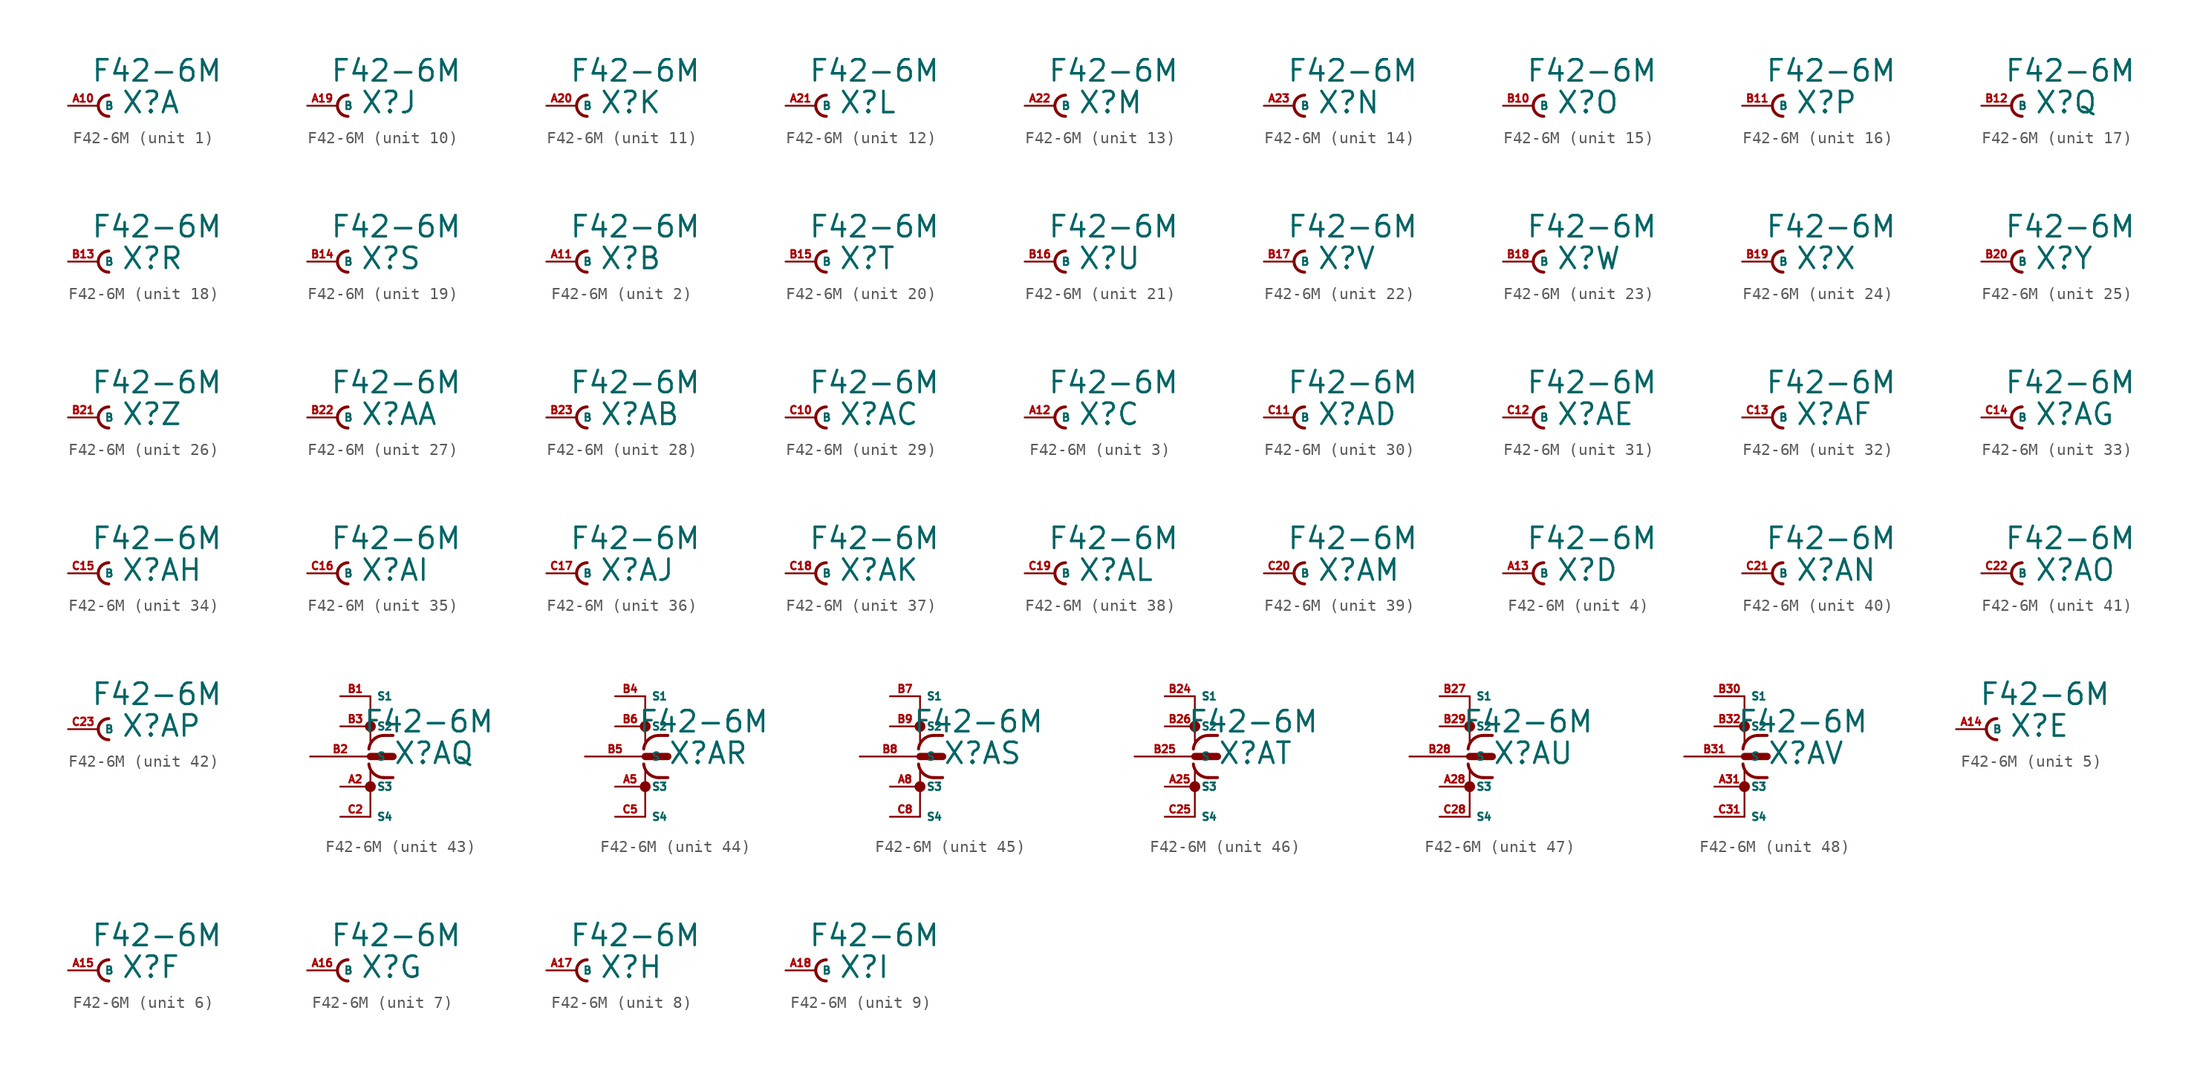
<source format=kicad_sym>
(kicad_symbol_lib
  (version 20220914)
  (generator Eagle2Kicad)
  (symbol "F42-6M"
    (property "Reference" "X"
      (at 1.905 -0.762 0)
      (effects (font (size 1.778 1.778) (thickness 0.22)) (justify left bottom)))
    (property "Value" "F42-6M"
      (at -0.635 1.905 0)
      (effects (font (size 1.778 1.778) (thickness 0.22)) (justify left bottom)))
    (symbol "F42-6M_1_0"
      (arc (start 0.889 0.889) (mid 0.000 0.000) (end 0.889 -0.889) (stroke (width 0.254) (type default)) (fill (type none)))
      (pin passive line (at -2.54 0 0) (length 2.54) (name "B" (effects (font (size 0.635 0.635) (thickness 0.08)) (justify left bottom))) (number "A10" (effects (font (size 0.635 0.635) (thickness 0.08)) (justify left bottom)))))
    (symbol "F42-6M_2_0"
      (arc (start 0.889 0.889) (mid 0.000 0.000) (end 0.889 -0.889) (stroke (width 0.254) (type default)) (fill (type none)))
      (pin passive line (at -2.54 0 0) (length 2.54) (name "B" (effects (font (size 0.635 0.635) (thickness 0.08)) (justify left bottom))) (number "A11" (effects (font (size 0.635 0.635) (thickness 0.08)) (justify left bottom)))))
    (symbol "F42-6M_3_0"
      (arc (start 0.889 0.889) (mid 0.000 0.000) (end 0.889 -0.889) (stroke (width 0.254) (type default)) (fill (type none)))
      (pin passive line (at -2.54 0 0) (length 2.54) (name "B" (effects (font (size 0.635 0.635) (thickness 0.08)) (justify left bottom))) (number "A12" (effects (font (size 0.635 0.635) (thickness 0.08)) (justify left bottom)))))
    (symbol "F42-6M_4_0"
      (arc (start 0.889 0.889) (mid 0.000 0.000) (end 0.889 -0.889) (stroke (width 0.254) (type default)) (fill (type none)))
      (pin passive line (at -2.54 0 0) (length 2.54) (name "B" (effects (font (size 0.635 0.635) (thickness 0.08)) (justify left bottom))) (number "A13" (effects (font (size 0.635 0.635) (thickness 0.08)) (justify left bottom)))))
    (symbol "F42-6M_5_0"
      (arc (start 0.889 0.889) (mid 0.000 0.000) (end 0.889 -0.889) (stroke (width 0.254) (type default)) (fill (type none)))
      (pin passive line (at -2.54 0 0) (length 2.54) (name "B" (effects (font (size 0.635 0.635) (thickness 0.08)) (justify left bottom))) (number "A14" (effects (font (size 0.635 0.635) (thickness 0.08)) (justify left bottom)))))
    (symbol "F42-6M_6_0"
      (arc (start 0.889 0.889) (mid 0.000 0.000) (end 0.889 -0.889) (stroke (width 0.254) (type default)) (fill (type none)))
      (pin passive line (at -2.54 0 0) (length 2.54) (name "B" (effects (font (size 0.635 0.635) (thickness 0.08)) (justify left bottom))) (number "A15" (effects (font (size 0.635 0.635) (thickness 0.08)) (justify left bottom)))))
    (symbol "F42-6M_7_0"
      (arc (start 0.889 0.889) (mid 0.000 0.000) (end 0.889 -0.889) (stroke (width 0.254) (type default)) (fill (type none)))
      (pin passive line (at -2.54 0 0) (length 2.54) (name "B" (effects (font (size 0.635 0.635) (thickness 0.08)) (justify left bottom))) (number "A16" (effects (font (size 0.635 0.635) (thickness 0.08)) (justify left bottom)))))
    (symbol "F42-6M_8_0"
      (arc (start 0.889 0.889) (mid 0.000 0.000) (end 0.889 -0.889) (stroke (width 0.254) (type default)) (fill (type none)))
      (pin passive line (at -2.54 0 0) (length 2.54) (name "B" (effects (font (size 0.635 0.635) (thickness 0.08)) (justify left bottom))) (number "A17" (effects (font (size 0.635 0.635) (thickness 0.08)) (justify left bottom)))))
    (symbol "F42-6M_9_0"
      (arc (start 0.889 0.889) (mid 0.000 0.000) (end 0.889 -0.889) (stroke (width 0.254) (type default)) (fill (type none)))
      (pin passive line (at -2.54 0 0) (length 2.54) (name "B" (effects (font (size 0.635 0.635) (thickness 0.08)) (justify left bottom))) (number "A18" (effects (font (size 0.635 0.635) (thickness 0.08)) (justify left bottom)))))
    (symbol "F42-6M_10_0"
      (arc (start 0.889 0.889) (mid 0.000 0.000) (end 0.889 -0.889) (stroke (width 0.254) (type default)) (fill (type none)))
      (pin passive line (at -2.54 0 0) (length 2.54) (name "B" (effects (font (size 0.635 0.635) (thickness 0.08)) (justify left bottom))) (number "A19" (effects (font (size 0.635 0.635) (thickness 0.08)) (justify left bottom)))))
    (symbol "F42-6M_11_0"
      (arc (start 0.889 0.889) (mid 0.000 0.000) (end 0.889 -0.889) (stroke (width 0.254) (type default)) (fill (type none)))
      (pin passive line (at -2.54 0 0) (length 2.54) (name "B" (effects (font (size 0.635 0.635) (thickness 0.08)) (justify left bottom))) (number "A20" (effects (font (size 0.635 0.635) (thickness 0.08)) (justify left bottom)))))
    (symbol "F42-6M_12_0"
      (arc (start 0.889 0.889) (mid 0.000 0.000) (end 0.889 -0.889) (stroke (width 0.254) (type default)) (fill (type none)))
      (pin passive line (at -2.54 0 0) (length 2.54) (name "B" (effects (font (size 0.635 0.635) (thickness 0.08)) (justify left bottom))) (number "A21" (effects (font (size 0.635 0.635) (thickness 0.08)) (justify left bottom)))))
    (symbol "F42-6M_13_0"
      (arc (start 0.889 0.889) (mid 0.000 0.000) (end 0.889 -0.889) (stroke (width 0.254) (type default)) (fill (type none)))
      (pin passive line (at -2.54 0 0) (length 2.54) (name "B" (effects (font (size 0.635 0.635) (thickness 0.08)) (justify left bottom))) (number "A22" (effects (font (size 0.635 0.635) (thickness 0.08)) (justify left bottom)))))
    (symbol "F42-6M_14_0"
      (arc (start 0.889 0.889) (mid 0.000 0.000) (end 0.889 -0.889) (stroke (width 0.254) (type default)) (fill (type none)))
      (pin passive line (at -2.54 0 0) (length 2.54) (name "B" (effects (font (size 0.635 0.635) (thickness 0.08)) (justify left bottom))) (number "A23" (effects (font (size 0.635 0.635) (thickness 0.08)) (justify left bottom)))))
    (symbol "F42-6M_15_0"
      (arc (start 0.889 0.889) (mid 0.000 0.000) (end 0.889 -0.889) (stroke (width 0.254) (type default)) (fill (type none)))
      (pin passive line (at -2.54 0 0) (length 2.54) (name "B" (effects (font (size 0.635 0.635) (thickness 0.08)) (justify left bottom))) (number "B10" (effects (font (size 0.635 0.635) (thickness 0.08)) (justify left bottom)))))
    (symbol "F42-6M_16_0"
      (arc (start 0.889 0.889) (mid 0.000 0.000) (end 0.889 -0.889) (stroke (width 0.254) (type default)) (fill (type none)))
      (pin passive line (at -2.54 0 0) (length 2.54) (name "B" (effects (font (size 0.635 0.635) (thickness 0.08)) (justify left bottom))) (number "B11" (effects (font (size 0.635 0.635) (thickness 0.08)) (justify left bottom)))))
    (symbol "F42-6M_17_0"
      (arc (start 0.889 0.889) (mid 0.000 0.000) (end 0.889 -0.889) (stroke (width 0.254) (type default)) (fill (type none)))
      (pin passive line (at -2.54 0 0) (length 2.54) (name "B" (effects (font (size 0.635 0.635) (thickness 0.08)) (justify left bottom))) (number "B12" (effects (font (size 0.635 0.635) (thickness 0.08)) (justify left bottom)))))
    (symbol "F42-6M_18_0"
      (arc (start 0.889 0.889) (mid 0.000 0.000) (end 0.889 -0.889) (stroke (width 0.254) (type default)) (fill (type none)))
      (pin passive line (at -2.54 0 0) (length 2.54) (name "B" (effects (font (size 0.635 0.635) (thickness 0.08)) (justify left bottom))) (number "B13" (effects (font (size 0.635 0.635) (thickness 0.08)) (justify left bottom)))))
    (symbol "F42-6M_19_0"
      (arc (start 0.889 0.889) (mid 0.000 0.000) (end 0.889 -0.889) (stroke (width 0.254) (type default)) (fill (type none)))
      (pin passive line (at -2.54 0 0) (length 2.54) (name "B" (effects (font (size 0.635 0.635) (thickness 0.08)) (justify left bottom))) (number "B14" (effects (font (size 0.635 0.635) (thickness 0.08)) (justify left bottom)))))
    (symbol "F42-6M_20_0"
      (arc (start 0.889 0.889) (mid 0.000 0.000) (end 0.889 -0.889) (stroke (width 0.254) (type default)) (fill (type none)))
      (pin passive line (at -2.54 0 0) (length 2.54) (name "B" (effects (font (size 0.635 0.635) (thickness 0.08)) (justify left bottom))) (number "B15" (effects (font (size 0.635 0.635) (thickness 0.08)) (justify left bottom)))))
    (symbol "F42-6M_21_0"
      (arc (start 0.889 0.889) (mid 0.000 0.000) (end 0.889 -0.889) (stroke (width 0.254) (type default)) (fill (type none)))
      (pin passive line (at -2.54 0 0) (length 2.54) (name "B" (effects (font (size 0.635 0.635) (thickness 0.08)) (justify left bottom))) (number "B16" (effects (font (size 0.635 0.635) (thickness 0.08)) (justify left bottom)))))
    (symbol "F42-6M_22_0"
      (arc (start 0.889 0.889) (mid 0.000 0.000) (end 0.889 -0.889) (stroke (width 0.254) (type default)) (fill (type none)))
      (pin passive line (at -2.54 0 0) (length 2.54) (name "B" (effects (font (size 0.635 0.635) (thickness 0.08)) (justify left bottom))) (number "B17" (effects (font (size 0.635 0.635) (thickness 0.08)) (justify left bottom)))))
    (symbol "F42-6M_23_0"
      (arc (start 0.889 0.889) (mid 0.000 0.000) (end 0.889 -0.889) (stroke (width 0.254) (type default)) (fill (type none)))
      (pin passive line (at -2.54 0 0) (length 2.54) (name "B" (effects (font (size 0.635 0.635) (thickness 0.08)) (justify left bottom))) (number "B18" (effects (font (size 0.635 0.635) (thickness 0.08)) (justify left bottom)))))
    (symbol "F42-6M_24_0"
      (arc (start 0.889 0.889) (mid 0.000 0.000) (end 0.889 -0.889) (stroke (width 0.254) (type default)) (fill (type none)))
      (pin passive line (at -2.54 0 0) (length 2.54) (name "B" (effects (font (size 0.635 0.635) (thickness 0.08)) (justify left bottom))) (number "B19" (effects (font (size 0.635 0.635) (thickness 0.08)) (justify left bottom)))))
    (symbol "F42-6M_25_0"
      (arc (start 0.889 0.889) (mid 0.000 0.000) (end 0.889 -0.889) (stroke (width 0.254) (type default)) (fill (type none)))
      (pin passive line (at -2.54 0 0) (length 2.54) (name "B" (effects (font (size 0.635 0.635) (thickness 0.08)) (justify left bottom))) (number "B20" (effects (font (size 0.635 0.635) (thickness 0.08)) (justify left bottom)))))
    (symbol "F42-6M_26_0"
      (arc (start 0.889 0.889) (mid 0.000 0.000) (end 0.889 -0.889) (stroke (width 0.254) (type default)) (fill (type none)))
      (pin passive line (at -2.54 0 0) (length 2.54) (name "B" (effects (font (size 0.635 0.635) (thickness 0.08)) (justify left bottom))) (number "B21" (effects (font (size 0.635 0.635) (thickness 0.08)) (justify left bottom)))))
    (symbol "F42-6M_27_0"
      (arc (start 0.889 0.889) (mid 0.000 0.000) (end 0.889 -0.889) (stroke (width 0.254) (type default)) (fill (type none)))
      (pin passive line (at -2.54 0 0) (length 2.54) (name "B" (effects (font (size 0.635 0.635) (thickness 0.08)) (justify left bottom))) (number "B22" (effects (font (size 0.635 0.635) (thickness 0.08)) (justify left bottom)))))
    (symbol "F42-6M_28_0"
      (arc (start 0.889 0.889) (mid 0.000 0.000) (end 0.889 -0.889) (stroke (width 0.254) (type default)) (fill (type none)))
      (pin passive line (at -2.54 0 0) (length 2.54) (name "B" (effects (font (size 0.635 0.635) (thickness 0.08)) (justify left bottom))) (number "B23" (effects (font (size 0.635 0.635) (thickness 0.08)) (justify left bottom)))))
    (symbol "F42-6M_29_0"
      (arc (start 0.889 0.889) (mid 0.000 0.000) (end 0.889 -0.889) (stroke (width 0.254) (type default)) (fill (type none)))
      (pin passive line (at -2.54 0 0) (length 2.54) (name "B" (effects (font (size 0.635 0.635) (thickness 0.08)) (justify left bottom))) (number "C10" (effects (font (size 0.635 0.635) (thickness 0.08)) (justify left bottom)))))
    (symbol "F42-6M_30_0"
      (arc (start 0.889 0.889) (mid 0.000 0.000) (end 0.889 -0.889) (stroke (width 0.254) (type default)) (fill (type none)))
      (pin passive line (at -2.54 0 0) (length 2.54) (name "B" (effects (font (size 0.635 0.635) (thickness 0.08)) (justify left bottom))) (number "C11" (effects (font (size 0.635 0.635) (thickness 0.08)) (justify left bottom)))))
    (symbol "F42-6M_31_0"
      (arc (start 0.889 0.889) (mid 0.000 0.000) (end 0.889 -0.889) (stroke (width 0.254) (type default)) (fill (type none)))
      (pin passive line (at -2.54 0 0) (length 2.54) (name "B" (effects (font (size 0.635 0.635) (thickness 0.08)) (justify left bottom))) (number "C12" (effects (font (size 0.635 0.635) (thickness 0.08)) (justify left bottom)))))
    (symbol "F42-6M_32_0"
      (arc (start 0.889 0.889) (mid 0.000 0.000) (end 0.889 -0.889) (stroke (width 0.254) (type default)) (fill (type none)))
      (pin passive line (at -2.54 0 0) (length 2.54) (name "B" (effects (font (size 0.635 0.635) (thickness 0.08)) (justify left bottom))) (number "C13" (effects (font (size 0.635 0.635) (thickness 0.08)) (justify left bottom)))))
    (symbol "F42-6M_33_0"
      (arc (start 0.889 0.889) (mid 0.000 0.000) (end 0.889 -0.889) (stroke (width 0.254) (type default)) (fill (type none)))
      (pin passive line (at -2.54 0 0) (length 2.54) (name "B" (effects (font (size 0.635 0.635) (thickness 0.08)) (justify left bottom))) (number "C14" (effects (font (size 0.635 0.635) (thickness 0.08)) (justify left bottom)))))
    (symbol "F42-6M_34_0"
      (arc (start 0.889 0.889) (mid 0.000 0.000) (end 0.889 -0.889) (stroke (width 0.254) (type default)) (fill (type none)))
      (pin passive line (at -2.54 0 0) (length 2.54) (name "B" (effects (font (size 0.635 0.635) (thickness 0.08)) (justify left bottom))) (number "C15" (effects (font (size 0.635 0.635) (thickness 0.08)) (justify left bottom)))))
    (symbol "F42-6M_35_0"
      (arc (start 0.889 0.889) (mid 0.000 0.000) (end 0.889 -0.889) (stroke (width 0.254) (type default)) (fill (type none)))
      (pin passive line (at -2.54 0 0) (length 2.54) (name "B" (effects (font (size 0.635 0.635) (thickness 0.08)) (justify left bottom))) (number "C16" (effects (font (size 0.635 0.635) (thickness 0.08)) (justify left bottom)))))
    (symbol "F42-6M_36_0"
      (arc (start 0.889 0.889) (mid 0.000 0.000) (end 0.889 -0.889) (stroke (width 0.254) (type default)) (fill (type none)))
      (pin passive line (at -2.54 0 0) (length 2.54) (name "B" (effects (font (size 0.635 0.635) (thickness 0.08)) (justify left bottom))) (number "C17" (effects (font (size 0.635 0.635) (thickness 0.08)) (justify left bottom)))))
    (symbol "F42-6M_37_0"
      (arc (start 0.889 0.889) (mid 0.000 0.000) (end 0.889 -0.889) (stroke (width 0.254) (type default)) (fill (type none)))
      (pin passive line (at -2.54 0 0) (length 2.54) (name "B" (effects (font (size 0.635 0.635) (thickness 0.08)) (justify left bottom))) (number "C18" (effects (font (size 0.635 0.635) (thickness 0.08)) (justify left bottom)))))
    (symbol "F42-6M_38_0"
      (arc (start 0.889 0.889) (mid 0.000 0.000) (end 0.889 -0.889) (stroke (width 0.254) (type default)) (fill (type none)))
      (pin passive line (at -2.54 0 0) (length 2.54) (name "B" (effects (font (size 0.635 0.635) (thickness 0.08)) (justify left bottom))) (number "C19" (effects (font (size 0.635 0.635) (thickness 0.08)) (justify left bottom)))))
    (symbol "F42-6M_39_0"
      (arc (start 0.889 0.889) (mid 0.000 0.000) (end 0.889 -0.889) (stroke (width 0.254) (type default)) (fill (type none)))
      (pin passive line (at -2.54 0 0) (length 2.54) (name "B" (effects (font (size 0.635 0.635) (thickness 0.08)) (justify left bottom))) (number "C20" (effects (font (size 0.635 0.635) (thickness 0.08)) (justify left bottom)))))
    (symbol "F42-6M_40_0"
      (arc (start 0.889 0.889) (mid 0.000 0.000) (end 0.889 -0.889) (stroke (width 0.254) (type default)) (fill (type none)))
      (pin passive line (at -2.54 0 0) (length 2.54) (name "B" (effects (font (size 0.635 0.635) (thickness 0.08)) (justify left bottom))) (number "C21" (effects (font (size 0.635 0.635) (thickness 0.08)) (justify left bottom)))))
    (symbol "F42-6M_41_0"
      (arc (start 0.889 0.889) (mid 0.000 0.000) (end 0.889 -0.889) (stroke (width 0.254) (type default)) (fill (type none)))
      (pin passive line (at -2.54 0 0) (length 2.54) (name "B" (effects (font (size 0.635 0.635) (thickness 0.08)) (justify left bottom))) (number "C22" (effects (font (size 0.635 0.635) (thickness 0.08)) (justify left bottom)))))
    (symbol "F42-6M_42_0"
      (arc (start 0.889 0.889) (mid 0.000 0.000) (end 0.889 -0.889) (stroke (width 0.254) (type default)) (fill (type none)))
      (pin passive line (at -2.54 0 0) (length 2.54) (name "B" (effects (font (size 0.635 0.635) (thickness 0.08)) (justify left bottom))) (number "C23" (effects (font (size 0.635 0.635) (thickness 0.08)) (justify left bottom)))))
    (symbol "F42-6M_43_0"
      (polyline (pts (xy 0 0) (xy 1.905 0)) (stroke (width 0.61) (type default)) (fill (type none)))
      (polyline (pts (xy 0 5.08) (xy 0 1.27)) (stroke (width 0.152) (type default)) (fill (type none)))
      (polyline (pts (xy 0 -5.08) (xy 0 -1.27)) (stroke (width 0.152) (type default)) (fill (type none)))
      (polyline (pts (xy 1.905 1.778) (xy 1.143 1.778)) (stroke (width 0.254) (type default)) (fill (type none)))
      (polyline (pts (xy 1.905 -1.778) (xy 1.143 -1.778)) (stroke (width 0.254) (type default)) (fill (type none)))
      (arc (start 1.143 1.778) (mid 0.287 1.452) (end -0.127 0.635) (stroke (width 0.254) (type default)) (fill (type none)))
      (arc (start -0.127 -0.635) (mid 0.287 -1.452) (end 1.143 -1.778) (stroke (width 0.254) (type default)) (fill (type none)))
      (circle (center 0 2.54) (radius 0.254) (stroke (width 0.406) (type default)) (fill (type none)))
      (circle (center 0 -2.54) (radius 0.254) (stroke (width 0.406) (type default)) (fill (type none)))
      (pin passive line (at -5.08 0 0) (length 5.08) (name "S" (effects (font (size 0.635 0.635) (thickness 0.08)) (justify left bottom))) (number "B2" (effects (font (size 0.635 0.635) (thickness 0.08)) (justify left bottom))))
      (pin passive line (at -2.54 5.08 0) (length 2.54) (name "S1" (effects (font (size 0.635 0.635) (thickness 0.08)) (justify left bottom))) (number "B1" (effects (font (size 0.635 0.635) (thickness 0.08)) (justify left bottom))))
      (pin passive line (at -2.54 2.54 0) (length 2.54) (name "S2" (effects (font (size 0.635 0.635) (thickness 0.08)) (justify left bottom))) (number "B3" (effects (font (size 0.635 0.635) (thickness 0.08)) (justify left bottom))))
      (pin passive line (at -2.54 -2.54 0) (length 2.54) (name "S3" (effects (font (size 0.635 0.635) (thickness 0.08)) (justify left bottom))) (number "A2" (effects (font (size 0.635 0.635) (thickness 0.08)) (justify left bottom))))
      (pin passive line (at -2.54 -5.08 0) (length 2.54) (name "S4" (effects (font (size 0.635 0.635) (thickness 0.08)) (justify left bottom))) (number "C2" (effects (font (size 0.635 0.635) (thickness 0.08)) (justify left bottom)))))
    (symbol "F42-6M_44_0"
      (polyline (pts (xy 0 0) (xy 1.905 0)) (stroke (width 0.61) (type default)) (fill (type none)))
      (polyline (pts (xy 0 5.08) (xy 0 1.27)) (stroke (width 0.152) (type default)) (fill (type none)))
      (polyline (pts (xy 0 -5.08) (xy 0 -1.27)) (stroke (width 0.152) (type default)) (fill (type none)))
      (polyline (pts (xy 1.905 1.778) (xy 1.143 1.778)) (stroke (width 0.254) (type default)) (fill (type none)))
      (polyline (pts (xy 1.905 -1.778) (xy 1.143 -1.778)) (stroke (width 0.254) (type default)) (fill (type none)))
      (arc (start 1.143 1.778) (mid 0.287 1.452) (end -0.127 0.635) (stroke (width 0.254) (type default)) (fill (type none)))
      (arc (start -0.127 -0.635) (mid 0.287 -1.452) (end 1.143 -1.778) (stroke (width 0.254) (type default)) (fill (type none)))
      (circle (center 0 2.54) (radius 0.254) (stroke (width 0.406) (type default)) (fill (type none)))
      (circle (center 0 -2.54) (radius 0.254) (stroke (width 0.406) (type default)) (fill (type none)))
      (pin passive line (at -5.08 0 0) (length 5.08) (name "S" (effects (font (size 0.635 0.635) (thickness 0.08)) (justify left bottom))) (number "B5" (effects (font (size 0.635 0.635) (thickness 0.08)) (justify left bottom))))
      (pin passive line (at -2.54 5.08 0) (length 2.54) (name "S1" (effects (font (size 0.635 0.635) (thickness 0.08)) (justify left bottom))) (number "B4" (effects (font (size 0.635 0.635) (thickness 0.08)) (justify left bottom))))
      (pin passive line (at -2.54 2.54 0) (length 2.54) (name "S2" (effects (font (size 0.635 0.635) (thickness 0.08)) (justify left bottom))) (number "B6" (effects (font (size 0.635 0.635) (thickness 0.08)) (justify left bottom))))
      (pin passive line (at -2.54 -2.54 0) (length 2.54) (name "S3" (effects (font (size 0.635 0.635) (thickness 0.08)) (justify left bottom))) (number "A5" (effects (font (size 0.635 0.635) (thickness 0.08)) (justify left bottom))))
      (pin passive line (at -2.54 -5.08 0) (length 2.54) (name "S4" (effects (font (size 0.635 0.635) (thickness 0.08)) (justify left bottom))) (number "C5" (effects (font (size 0.635 0.635) (thickness 0.08)) (justify left bottom)))))
    (symbol "F42-6M_45_0"
      (polyline (pts (xy 0 0) (xy 1.905 0)) (stroke (width 0.61) (type default)) (fill (type none)))
      (polyline (pts (xy 0 5.08) (xy 0 1.27)) (stroke (width 0.152) (type default)) (fill (type none)))
      (polyline (pts (xy 0 -5.08) (xy 0 -1.27)) (stroke (width 0.152) (type default)) (fill (type none)))
      (polyline (pts (xy 1.905 1.778) (xy 1.143 1.778)) (stroke (width 0.254) (type default)) (fill (type none)))
      (polyline (pts (xy 1.905 -1.778) (xy 1.143 -1.778)) (stroke (width 0.254) (type default)) (fill (type none)))
      (arc (start 1.143 1.778) (mid 0.287 1.452) (end -0.127 0.635) (stroke (width 0.254) (type default)) (fill (type none)))
      (arc (start -0.127 -0.635) (mid 0.287 -1.452) (end 1.143 -1.778) (stroke (width 0.254) (type default)) (fill (type none)))
      (circle (center 0 2.54) (radius 0.254) (stroke (width 0.406) (type default)) (fill (type none)))
      (circle (center 0 -2.54) (radius 0.254) (stroke (width 0.406) (type default)) (fill (type none)))
      (pin passive line (at -5.08 0 0) (length 5.08) (name "S" (effects (font (size 0.635 0.635) (thickness 0.08)) (justify left bottom))) (number "B8" (effects (font (size 0.635 0.635) (thickness 0.08)) (justify left bottom))))
      (pin passive line (at -2.54 5.08 0) (length 2.54) (name "S1" (effects (font (size 0.635 0.635) (thickness 0.08)) (justify left bottom))) (number "B7" (effects (font (size 0.635 0.635) (thickness 0.08)) (justify left bottom))))
      (pin passive line (at -2.54 2.54 0) (length 2.54) (name "S2" (effects (font (size 0.635 0.635) (thickness 0.08)) (justify left bottom))) (number "B9" (effects (font (size 0.635 0.635) (thickness 0.08)) (justify left bottom))))
      (pin passive line (at -2.54 -2.54 0) (length 2.54) (name "S3" (effects (font (size 0.635 0.635) (thickness 0.08)) (justify left bottom))) (number "A8" (effects (font (size 0.635 0.635) (thickness 0.08)) (justify left bottom))))
      (pin passive line (at -2.54 -5.08 0) (length 2.54) (name "S4" (effects (font (size 0.635 0.635) (thickness 0.08)) (justify left bottom))) (number "C8" (effects (font (size 0.635 0.635) (thickness 0.08)) (justify left bottom)))))
    (symbol "F42-6M_46_0"
      (polyline (pts (xy 0 0) (xy 1.905 0)) (stroke (width 0.61) (type default)) (fill (type none)))
      (polyline (pts (xy 0 5.08) (xy 0 1.27)) (stroke (width 0.152) (type default)) (fill (type none)))
      (polyline (pts (xy 0 -5.08) (xy 0 -1.27)) (stroke (width 0.152) (type default)) (fill (type none)))
      (polyline (pts (xy 1.905 1.778) (xy 1.143 1.778)) (stroke (width 0.254) (type default)) (fill (type none)))
      (polyline (pts (xy 1.905 -1.778) (xy 1.143 -1.778)) (stroke (width 0.254) (type default)) (fill (type none)))
      (arc (start 1.143 1.778) (mid 0.287 1.452) (end -0.127 0.635) (stroke (width 0.254) (type default)) (fill (type none)))
      (arc (start -0.127 -0.635) (mid 0.287 -1.452) (end 1.143 -1.778) (stroke (width 0.254) (type default)) (fill (type none)))
      (circle (center 0 2.54) (radius 0.254) (stroke (width 0.406) (type default)) (fill (type none)))
      (circle (center 0 -2.54) (radius 0.254) (stroke (width 0.406) (type default)) (fill (type none)))
      (pin passive line (at -5.08 0 0) (length 5.08) (name "S" (effects (font (size 0.635 0.635) (thickness 0.08)) (justify left bottom))) (number "B25" (effects (font (size 0.635 0.635) (thickness 0.08)) (justify left bottom))))
      (pin passive line (at -2.54 5.08 0) (length 2.54) (name "S1" (effects (font (size 0.635 0.635) (thickness 0.08)) (justify left bottom))) (number "B24" (effects (font (size 0.635 0.635) (thickness 0.08)) (justify left bottom))))
      (pin passive line (at -2.54 2.54 0) (length 2.54) (name "S2" (effects (font (size 0.635 0.635) (thickness 0.08)) (justify left bottom))) (number "B26" (effects (font (size 0.635 0.635) (thickness 0.08)) (justify left bottom))))
      (pin passive line (at -2.54 -2.54 0) (length 2.54) (name "S3" (effects (font (size 0.635 0.635) (thickness 0.08)) (justify left bottom))) (number "A25" (effects (font (size 0.635 0.635) (thickness 0.08)) (justify left bottom))))
      (pin passive line (at -2.54 -5.08 0) (length 2.54) (name "S4" (effects (font (size 0.635 0.635) (thickness 0.08)) (justify left bottom))) (number "C25" (effects (font (size 0.635 0.635) (thickness 0.08)) (justify left bottom)))))
    (symbol "F42-6M_47_0"
      (polyline (pts (xy 0 0) (xy 1.905 0)) (stroke (width 0.61) (type default)) (fill (type none)))
      (polyline (pts (xy 0 5.08) (xy 0 1.27)) (stroke (width 0.152) (type default)) (fill (type none)))
      (polyline (pts (xy 0 -5.08) (xy 0 -1.27)) (stroke (width 0.152) (type default)) (fill (type none)))
      (polyline (pts (xy 1.905 1.778) (xy 1.143 1.778)) (stroke (width 0.254) (type default)) (fill (type none)))
      (polyline (pts (xy 1.905 -1.778) (xy 1.143 -1.778)) (stroke (width 0.254) (type default)) (fill (type none)))
      (arc (start 1.143 1.778) (mid 0.287 1.452) (end -0.127 0.635) (stroke (width 0.254) (type default)) (fill (type none)))
      (arc (start -0.127 -0.635) (mid 0.287 -1.452) (end 1.143 -1.778) (stroke (width 0.254) (type default)) (fill (type none)))
      (circle (center 0 2.54) (radius 0.254) (stroke (width 0.406) (type default)) (fill (type none)))
      (circle (center 0 -2.54) (radius 0.254) (stroke (width 0.406) (type default)) (fill (type none)))
      (pin passive line (at -5.08 0 0) (length 5.08) (name "S" (effects (font (size 0.635 0.635) (thickness 0.08)) (justify left bottom))) (number "B28" (effects (font (size 0.635 0.635) (thickness 0.08)) (justify left bottom))))
      (pin passive line (at -2.54 5.08 0) (length 2.54) (name "S1" (effects (font (size 0.635 0.635) (thickness 0.08)) (justify left bottom))) (number "B27" (effects (font (size 0.635 0.635) (thickness 0.08)) (justify left bottom))))
      (pin passive line (at -2.54 2.54 0) (length 2.54) (name "S2" (effects (font (size 0.635 0.635) (thickness 0.08)) (justify left bottom))) (number "B29" (effects (font (size 0.635 0.635) (thickness 0.08)) (justify left bottom))))
      (pin passive line (at -2.54 -2.54 0) (length 2.54) (name "S3" (effects (font (size 0.635 0.635) (thickness 0.08)) (justify left bottom))) (number "A28" (effects (font (size 0.635 0.635) (thickness 0.08)) (justify left bottom))))
      (pin passive line (at -2.54 -5.08 0) (length 2.54) (name "S4" (effects (font (size 0.635 0.635) (thickness 0.08)) (justify left bottom))) (number "C28" (effects (font (size 0.635 0.635) (thickness 0.08)) (justify left bottom)))))
    (symbol "F42-6M_48_0"
      (polyline (pts (xy 0 0) (xy 1.905 0)) (stroke (width 0.61) (type default)) (fill (type none)))
      (polyline (pts (xy 0 5.08) (xy 0 1.27)) (stroke (width 0.152) (type default)) (fill (type none)))
      (polyline (pts (xy 0 -5.08) (xy 0 -1.27)) (stroke (width 0.152) (type default)) (fill (type none)))
      (polyline (pts (xy 1.905 1.778) (xy 1.143 1.778)) (stroke (width 0.254) (type default)) (fill (type none)))
      (polyline (pts (xy 1.905 -1.778) (xy 1.143 -1.778)) (stroke (width 0.254) (type default)) (fill (type none)))
      (arc (start 1.143 1.778) (mid 0.287 1.452) (end -0.127 0.635) (stroke (width 0.254) (type default)) (fill (type none)))
      (arc (start -0.127 -0.635) (mid 0.287 -1.452) (end 1.143 -1.778) (stroke (width 0.254) (type default)) (fill (type none)))
      (circle (center 0 2.54) (radius 0.254) (stroke (width 0.406) (type default)) (fill (type none)))
      (circle (center 0 -2.54) (radius 0.254) (stroke (width 0.406) (type default)) (fill (type none)))
      (pin passive line (at -5.08 0 0) (length 5.08) (name "S" (effects (font (size 0.635 0.635) (thickness 0.08)) (justify left bottom))) (number "B31" (effects (font (size 0.635 0.635) (thickness 0.08)) (justify left bottom))))
      (pin passive line (at -2.54 5.08 0) (length 2.54) (name "S1" (effects (font (size 0.635 0.635) (thickness 0.08)) (justify left bottom))) (number "B30" (effects (font (size 0.635 0.635) (thickness 0.08)) (justify left bottom))))
      (pin passive line (at -2.54 2.54 0) (length 2.54) (name "S2" (effects (font (size 0.635 0.635) (thickness 0.08)) (justify left bottom))) (number "B32" (effects (font (size 0.635 0.635) (thickness 0.08)) (justify left bottom))))
      (pin passive line (at -2.54 -2.54 0) (length 2.54) (name "S3" (effects (font (size 0.635 0.635) (thickness 0.08)) (justify left bottom))) (number "A31" (effects (font (size 0.635 0.635) (thickness 0.08)) (justify left bottom))))
      (pin passive line (at -2.54 -5.08 0) (length 2.54) (name "S4" (effects (font (size 0.635 0.635) (thickness 0.08)) (justify left bottom))) (number "C31" (effects (font (size 0.635 0.635) (thickness 0.08)) (justify left bottom)))))))
</source>
